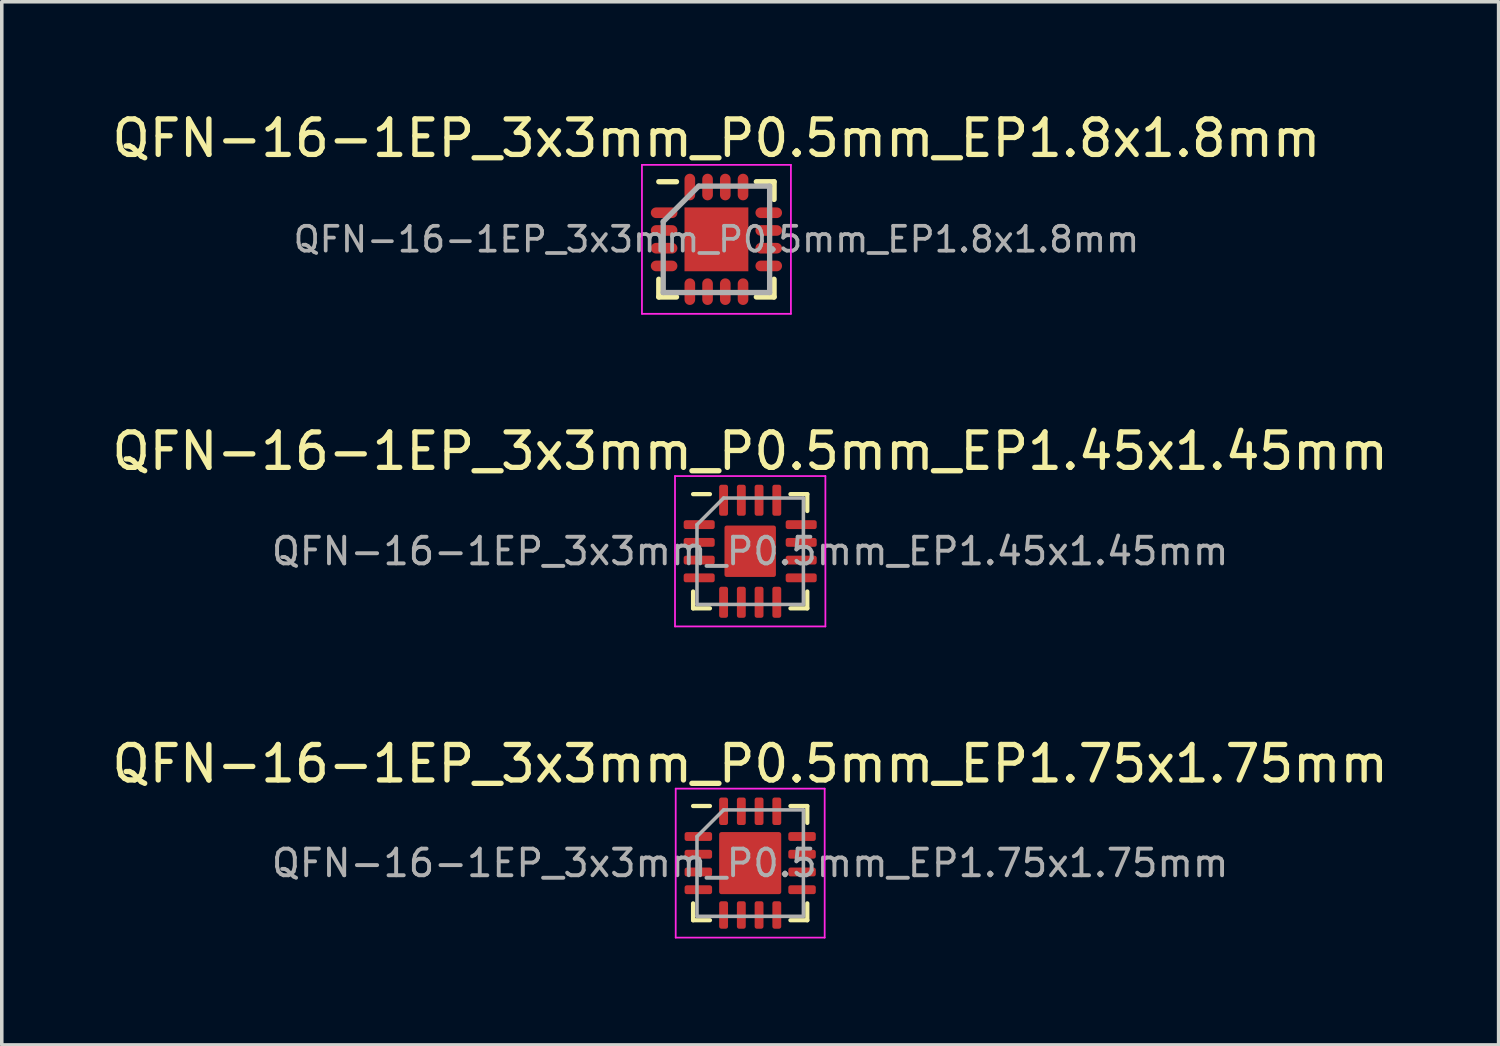
<source format=kicad_pcb>
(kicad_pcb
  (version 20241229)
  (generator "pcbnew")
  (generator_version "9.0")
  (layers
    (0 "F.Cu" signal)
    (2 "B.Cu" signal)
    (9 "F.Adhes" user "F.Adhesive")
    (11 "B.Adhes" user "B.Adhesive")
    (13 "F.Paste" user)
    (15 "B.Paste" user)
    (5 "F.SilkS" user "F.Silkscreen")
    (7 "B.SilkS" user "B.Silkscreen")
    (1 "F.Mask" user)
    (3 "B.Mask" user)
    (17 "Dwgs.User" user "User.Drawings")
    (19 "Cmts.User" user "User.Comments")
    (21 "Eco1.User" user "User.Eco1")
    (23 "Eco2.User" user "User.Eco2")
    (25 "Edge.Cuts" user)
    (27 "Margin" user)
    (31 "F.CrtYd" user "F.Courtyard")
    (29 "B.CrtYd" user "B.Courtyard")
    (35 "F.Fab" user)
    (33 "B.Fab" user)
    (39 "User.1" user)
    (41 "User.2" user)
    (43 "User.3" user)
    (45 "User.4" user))
  (footprint "QFN-16-1EP_3x3mm_P0.5mm_EP1.45x1.45mm"
    (layer "F.Cu")
    (at 18.101 12.492)
    (property "Reference" "QFN-16-1EP_3x3mm_P0.5mm_EP1.45x1.45mm" (at 0 -2.82 0) (layer "F.SilkS") (effects (font (size 1 1) (thickness 0.15))))
    (attr smd)
    (fp_line (start -1.61 1.61) (end -1.61 1.135) (stroke (width 0.12) (type solid)) (layer "F.SilkS"))
    (fp_line (start -1.135 -1.61) (end -1.61 -1.61) (stroke (width 0.12) (type solid)) (layer "F.SilkS"))
    (fp_line (start -1.135 1.61) (end -1.61 1.61) (stroke (width 0.12) (type solid)) (layer "F.SilkS"))
    (fp_line (start 1.135 -1.61) (end 1.61 -1.61) (stroke (width 0.12) (type solid)) (layer "F.SilkS"))
    (fp_line (start 1.135 1.61) (end 1.61 1.61) (stroke (width 0.12) (type solid)) (layer "F.SilkS"))
    (fp_line (start 1.61 -1.61) (end 1.61 -1.135) (stroke (width 0.12) (type solid)) (layer "F.SilkS"))
    (fp_line (start 1.61 1.61) (end 1.61 1.135) (stroke (width 0.12) (type solid)) (layer "F.SilkS"))
    (fp_line (start -2.12 -2.12) (end -2.12 2.12) (stroke (width 0.05) (type solid)) (layer "F.CrtYd"))
    (fp_line (start -2.12 2.12) (end 2.12 2.12) (stroke (width 0.05) (type solid)) (layer "F.CrtYd"))
    (fp_line (start 2.12 -2.12) (end -2.12 -2.12) (stroke (width 0.05) (type solid)) (layer "F.CrtYd"))
    (fp_line (start 2.12 2.12) (end 2.12 -2.12) (stroke (width 0.05) (type solid)) (layer "F.CrtYd"))
    (fp_line (start -1.5 -0.75) (end -0.75 -1.5) (stroke (width 0.1) (type solid)) (layer "F.Fab"))
    (fp_line (start -1.5 1.5) (end -1.5 -0.75) (stroke (width 0.1) (type solid)) (layer "F.Fab"))
    (fp_line (start -0.75 -1.5) (end 1.5 -1.5) (stroke (width 0.1) (type solid)) (layer "F.Fab"))
    (fp_line (start 1.5 -1.5) (end 1.5 1.5) (stroke (width 0.1) (type solid)) (layer "F.Fab"))
    (fp_line (start 1.5 1.5) (end -1.5 1.5) (stroke (width 0.1) (type solid)) (layer "F.Fab"))
    (fp_text user "${REFERENCE}" (at 0 0 0) (layer "F.Fab") (effects (font (size 0.75 0.75) (thickness 0.11))))
    (pad "" smd roundrect (at -0.36 -0.36) (size 0.58 0.58) (layers "F.Paste") (roundrect_rratio 0.25))
    (pad "" smd roundrect (at -0.36 0.36) (size 0.58 0.58) (layers "F.Paste") (roundrect_rratio 0.25))
    (pad "" smd roundrect (at 0.36 -0.36) (size 0.58 0.58) (layers "F.Paste") (roundrect_rratio 0.25))
    (pad "" smd roundrect (at 0.36 0.36) (size 0.58 0.58) (layers "F.Paste") (roundrect_rratio 0.25))
    (pad "1" smd roundrect (at -1.438 -0.75) (size 0.875 0.25) (layers "F.Cu" "F.Mask" "F.Paste") (roundrect_rratio 0.25))
    (pad "2" smd roundrect (at -1.438 -0.25) (size 0.875 0.25) (layers "F.Cu" "F.Mask" "F.Paste") (roundrect_rratio 0.25))
    (pad "3" smd roundrect (at -1.438 0.25) (size 0.875 0.25) (layers "F.Cu" "F.Mask" "F.Paste") (roundrect_rratio 0.25))
    (pad "4" smd roundrect (at -1.438 0.75) (size 0.875 0.25) (layers "F.Cu" "F.Mask" "F.Paste") (roundrect_rratio 0.25))
    (pad "5" smd roundrect (at -0.75 1.438) (size 0.25 0.875) (layers "F.Cu" "F.Mask" "F.Paste") (roundrect_rratio 0.25))
    (pad "6" smd roundrect (at -0.25 1.438) (size 0.25 0.875) (layers "F.Cu" "F.Mask" "F.Paste") (roundrect_rratio 0.25))
    (pad "7" smd roundrect (at 0.25 1.438) (size 0.25 0.875) (layers "F.Cu" "F.Mask" "F.Paste") (roundrect_rratio 0.25))
    (pad "8" smd roundrect (at 0.75 1.438) (size 0.25 0.875) (layers "F.Cu" "F.Mask" "F.Paste") (roundrect_rratio 0.25))
    (pad "9" smd roundrect (at 1.438 0.75) (size 0.875 0.25) (layers "F.Cu" "F.Mask" "F.Paste") (roundrect_rratio 0.25))
    (pad "10" smd roundrect (at 1.438 0.25) (size 0.875 0.25) (layers "F.Cu" "F.Mask" "F.Paste") (roundrect_rratio 0.25))
    (pad "11" smd roundrect (at 1.438 -0.25) (size 0.875 0.25) (layers "F.Cu" "F.Mask" "F.Paste") (roundrect_rratio 0.25))
    (pad "12" smd roundrect (at 1.438 -0.75) (size 0.875 0.25) (layers "F.Cu" "F.Mask" "F.Paste") (roundrect_rratio 0.25))
    (pad "13" smd roundrect (at 0.75 -1.438) (size 0.25 0.875) (layers "F.Cu" "F.Mask" "F.Paste") (roundrect_rratio 0.25))
    (pad "14" smd roundrect (at 0.25 -1.438) (size 0.25 0.875) (layers "F.Cu" "F.Mask" "F.Paste") (roundrect_rratio 0.25))
    (pad "15" smd roundrect (at -0.25 -1.438) (size 0.25 0.875) (layers "F.Cu" "F.Mask" "F.Paste") (roundrect_rratio 0.25))
    (pad "16" smd roundrect (at -0.75 -1.438) (size 0.25 0.875) (layers "F.Cu" "F.Mask" "F.Paste") (roundrect_rratio 0.25))
    (pad "17" smd roundrect (at 0 0) (size 1.45 1.45) (layers "F.Cu" "F.Mask") (roundrect_rratio 0.043)))
  (footprint "QFN-16-1EP_3x3mm_P0.5mm_EP1.75x1.75mm"
    (layer "F.Cu")
    (at 18.101 21.285)
    (property "Reference" "QFN-16-1EP_3x3mm_P0.5mm_EP1.75x1.75mm" (at 0 -2.8 0) (layer "F.SilkS") (effects (font (size 1 1) (thickness 0.15))))
    (attr smd)
    (fp_line (start -1.61 1.61) (end -1.61 1.135) (stroke (width 0.12) (type solid)) (layer "F.SilkS"))
    (fp_line (start -1.135 -1.61) (end -1.61 -1.61) (stroke (width 0.12) (type solid)) (layer "F.SilkS"))
    (fp_line (start -1.135 1.61) (end -1.61 1.61) (stroke (width 0.12) (type solid)) (layer "F.SilkS"))
    (fp_line (start 1.135 -1.61) (end 1.61 -1.61) (stroke (width 0.12) (type solid)) (layer "F.SilkS"))
    (fp_line (start 1.135 1.61) (end 1.61 1.61) (stroke (width 0.12) (type solid)) (layer "F.SilkS"))
    (fp_line (start 1.61 -1.61) (end 1.61 -1.135) (stroke (width 0.12) (type solid)) (layer "F.SilkS"))
    (fp_line (start 1.61 1.61) (end 1.61 1.135) (stroke (width 0.12) (type solid)) (layer "F.SilkS"))
    (fp_line (start -2.1 -2.1) (end -2.1 2.1) (stroke (width 0.05) (type solid)) (layer "F.CrtYd"))
    (fp_line (start -2.1 2.1) (end 2.1 2.1) (stroke (width 0.05) (type solid)) (layer "F.CrtYd"))
    (fp_line (start 2.1 -2.1) (end -2.1 -2.1) (stroke (width 0.05) (type solid)) (layer "F.CrtYd"))
    (fp_line (start 2.1 2.1) (end 2.1 -2.1) (stroke (width 0.05) (type solid)) (layer "F.CrtYd"))
    (fp_line (start -1.5 -0.75) (end -0.75 -1.5) (stroke (width 0.1) (type solid)) (layer "F.Fab"))
    (fp_line (start -1.5 1.5) (end -1.5 -0.75) (stroke (width 0.1) (type solid)) (layer "F.Fab"))
    (fp_line (start -0.75 -1.5) (end 1.5 -1.5) (stroke (width 0.1) (type solid)) (layer "F.Fab"))
    (fp_line (start 1.5 -1.5) (end 1.5 1.5) (stroke (width 0.1) (type solid)) (layer "F.Fab"))
    (fp_line (start 1.5 1.5) (end -1.5 1.5) (stroke (width 0.1) (type solid)) (layer "F.Fab"))
    (fp_text user "${REFERENCE}" (at 0 0 0) (layer "F.Fab") (effects (font (size 0.75 0.75) (thickness 0.11))))
    (pad "" smd roundrect (at -0.44 -0.44) (size 0.71 0.71) (layers "F.Paste") (roundrect_rratio 0.25))
    (pad "" smd roundrect (at -0.44 0.44) (size 0.71 0.71) (layers "F.Paste") (roundrect_rratio 0.25))
    (pad "" smd roundrect (at 0.44 -0.44) (size 0.71 0.71) (layers "F.Paste") (roundrect_rratio 0.25))
    (pad "" smd roundrect (at 0.44 0.44) (size 0.71 0.71) (layers "F.Paste") (roundrect_rratio 0.25))
    (pad "1" smd roundrect (at -1.462 -0.75) (size 0.775 0.25) (layers "F.Cu" "F.Mask" "F.Paste") (roundrect_rratio 0.25))
    (pad "2" smd roundrect (at -1.462 -0.25) (size 0.775 0.25) (layers "F.Cu" "F.Mask" "F.Paste") (roundrect_rratio 0.25))
    (pad "3" smd roundrect (at -1.462 0.25) (size 0.775 0.25) (layers "F.Cu" "F.Mask" "F.Paste") (roundrect_rratio 0.25))
    (pad "4" smd roundrect (at -1.462 0.75) (size 0.775 0.25) (layers "F.Cu" "F.Mask" "F.Paste") (roundrect_rratio 0.25))
    (pad "5" smd roundrect (at -0.75 1.462) (size 0.25 0.775) (layers "F.Cu" "F.Mask" "F.Paste") (roundrect_rratio 0.25))
    (pad "6" smd roundrect (at -0.25 1.462) (size 0.25 0.775) (layers "F.Cu" "F.Mask" "F.Paste") (roundrect_rratio 0.25))
    (pad "7" smd roundrect (at 0.25 1.462) (size 0.25 0.775) (layers "F.Cu" "F.Mask" "F.Paste") (roundrect_rratio 0.25))
    (pad "8" smd roundrect (at 0.75 1.462) (size 0.25 0.775) (layers "F.Cu" "F.Mask" "F.Paste") (roundrect_rratio 0.25))
    (pad "9" smd roundrect (at 1.462 0.75) (size 0.775 0.25) (layers "F.Cu" "F.Mask" "F.Paste") (roundrect_rratio 0.25))
    (pad "10" smd roundrect (at 1.462 0.25) (size 0.775 0.25) (layers "F.Cu" "F.Mask" "F.Paste") (roundrect_rratio 0.25))
    (pad "11" smd roundrect (at 1.462 -0.25) (size 0.775 0.25) (layers "F.Cu" "F.Mask" "F.Paste") (roundrect_rratio 0.25))
    (pad "12" smd roundrect (at 1.462 -0.75) (size 0.775 0.25) (layers "F.Cu" "F.Mask" "F.Paste") (roundrect_rratio 0.25))
    (pad "13" smd roundrect (at 0.75 -1.462) (size 0.25 0.775) (layers "F.Cu" "F.Mask" "F.Paste") (roundrect_rratio 0.25))
    (pad "14" smd roundrect (at 0.25 -1.462) (size 0.25 0.775) (layers "F.Cu" "F.Mask" "F.Paste") (roundrect_rratio 0.25))
    (pad "15" smd roundrect (at -0.25 -1.462) (size 0.25 0.775) (layers "F.Cu" "F.Mask" "F.Paste") (roundrect_rratio 0.25))
    (pad "16" smd roundrect (at -0.75 -1.462) (size 0.25 0.775) (layers "F.Cu" "F.Mask" "F.Paste") (roundrect_rratio 0.25))
    (pad "17" smd roundrect (at 0 0) (size 1.75 1.75) (layers "F.Cu" "F.Mask") (roundrect_rratio 0.036)))
  (footprint "QFN-16-1EP_3x3mm_P0.5mm_EP1.8x1.8mm"
    (layer "F.Cu")
    (at 17.149 3.698)
    (property "Reference" "QFN-16-1EP_3x3mm_P0.5mm_EP1.8x1.8mm" (at 0 -2.85 0) (layer "F.SilkS") (effects (font (size 1 1) (thickness 0.15))))
    (attr smd)
    (fp_line (start -1.625 -1.625) (end -1.125 -1.625) (stroke (width 0.15) (type solid)) (layer "F.SilkS"))
    (fp_line (start -1.625 1.625) (end -1.625 1.125) (stroke (width 0.15) (type solid)) (layer "F.SilkS"))
    (fp_line (start -1.625 1.625) (end -1.125 1.625) (stroke (width 0.15) (type solid)) (layer "F.SilkS"))
    (fp_line (start 1.625 -1.625) (end 1.125 -1.625) (stroke (width 0.15) (type solid)) (layer "F.SilkS"))
    (fp_line (start 1.625 -1.625) (end 1.625 -1.125) (stroke (width 0.15) (type solid)) (layer "F.SilkS"))
    (fp_line (start 1.625 1.625) (end 1.125 1.625) (stroke (width 0.15) (type solid)) (layer "F.SilkS"))
    (fp_line (start 1.625 1.625) (end 1.625 1.125) (stroke (width 0.15) (type solid)) (layer "F.SilkS"))
    (fp_line (start -2.1 -2.1) (end -2.1 2.1) (stroke (width 0.05) (type solid)) (layer "F.CrtYd"))
    (fp_line (start -2.1 -2.1) (end 2.1 -2.1) (stroke (width 0.05) (type solid)) (layer "F.CrtYd"))
    (fp_line (start -2.1 2.1) (end 2.1 2.1) (stroke (width 0.05) (type solid)) (layer "F.CrtYd"))
    (fp_line (start 2.1 -2.1) (end 2.1 2.1) (stroke (width 0.05) (type solid)) (layer "F.CrtYd"))
    (fp_line (start -1.5 -0.5) (end -0.5 -1.5) (stroke (width 0.15) (type solid)) (layer "F.Fab"))
    (fp_line (start -1.5 1.5) (end -1.5 -0.5) (stroke (width 0.15) (type solid)) (layer "F.Fab"))
    (fp_line (start -0.5 -1.5) (end 1.5 -1.5) (stroke (width 0.15) (type solid)) (layer "F.Fab"))
    (fp_line (start 1.5 -1.5) (end 1.5 1.5) (stroke (width 0.15) (type solid)) (layer "F.Fab"))
    (fp_line (start 1.5 1.5) (end -1.5 1.5) (stroke (width 0.15) (type solid)) (layer "F.Fab"))
    (fp_text user "${REFERENCE}" (at 0 0 0) (layer "F.Fab") (effects (font (size 0.7 0.7) (thickness 0.105))))
    (pad "" smd rect (at -0.45 -0.45) (size 0.73 0.73) (layers "F.Paste"))
    (pad "" smd rect (at -0.45 0.45) (size 0.73 0.73) (layers "F.Paste"))
    (pad "" smd rect (at 0.45 -0.45) (size 0.73 0.73) (layers "F.Paste"))
    (pad "" smd rect (at 0.45 0.45) (size 0.73 0.73) (layers "F.Paste"))
    (pad "1" smd oval (at -1.475 -0.75) (size 0.75 0.3) (layers "F.Cu" "F.Mask" "F.Paste"))
    (pad "2" smd oval (at -1.475 -0.25) (size 0.75 0.3) (layers "F.Cu" "F.Mask" "F.Paste"))
    (pad "3" smd oval (at -1.475 0.25) (size 0.75 0.3) (layers "F.Cu" "F.Mask" "F.Paste"))
    (pad "4" smd oval (at -1.475 0.75) (size 0.75 0.3) (layers "F.Cu" "F.Mask" "F.Paste"))
    (pad "5" smd oval (at -0.75 1.475 90) (size 0.75 0.3) (layers "F.Cu" "F.Mask" "F.Paste"))
    (pad "6" smd oval (at -0.25 1.475 90) (size 0.75 0.3) (layers "F.Cu" "F.Mask" "F.Paste"))
    (pad "7" smd oval (at 0.25 1.475 90) (size 0.75 0.3) (layers "F.Cu" "F.Mask" "F.Paste"))
    (pad "8" smd oval (at 0.75 1.475 90) (size 0.75 0.3) (layers "F.Cu" "F.Mask" "F.Paste"))
    (pad "9" smd oval (at 1.475 0.75) (size 0.75 0.3) (layers "F.Cu" "F.Mask" "F.Paste"))
    (pad "10" smd oval (at 1.475 0.25) (size 0.75 0.3) (layers "F.Cu" "F.Mask" "F.Paste"))
    (pad "11" smd oval (at 1.475 -0.25) (size 0.75 0.3) (layers "F.Cu" "F.Mask" "F.Paste"))
    (pad "12" smd oval (at 1.475 -0.75) (size 0.75 0.3) (layers "F.Cu" "F.Mask" "F.Paste"))
    (pad "13" smd oval (at 0.75 -1.475 90) (size 0.75 0.3) (layers "F.Cu" "F.Mask" "F.Paste"))
    (pad "14" smd oval (at 0.25 -1.475 90) (size 0.75 0.3) (layers "F.Cu" "F.Mask" "F.Paste"))
    (pad "15" smd oval (at -0.25 -1.475 90) (size 0.75 0.3) (layers "F.Cu" "F.Mask" "F.Paste"))
    (pad "16" smd oval (at -0.75 -1.475 90) (size 0.75 0.3) (layers "F.Cu" "F.Mask" "F.Paste"))
    (pad "17" smd rect (at 0 0) (size 1.8 1.8) (layers "F.Cu" "F.Mask")))
  (gr_rect
    (start -3 -3)
    (end 39.202 26.41)
    (stroke (width 0.1) (type default))
    (fill no)
    (layer "Edge.Cuts")))
</source>
